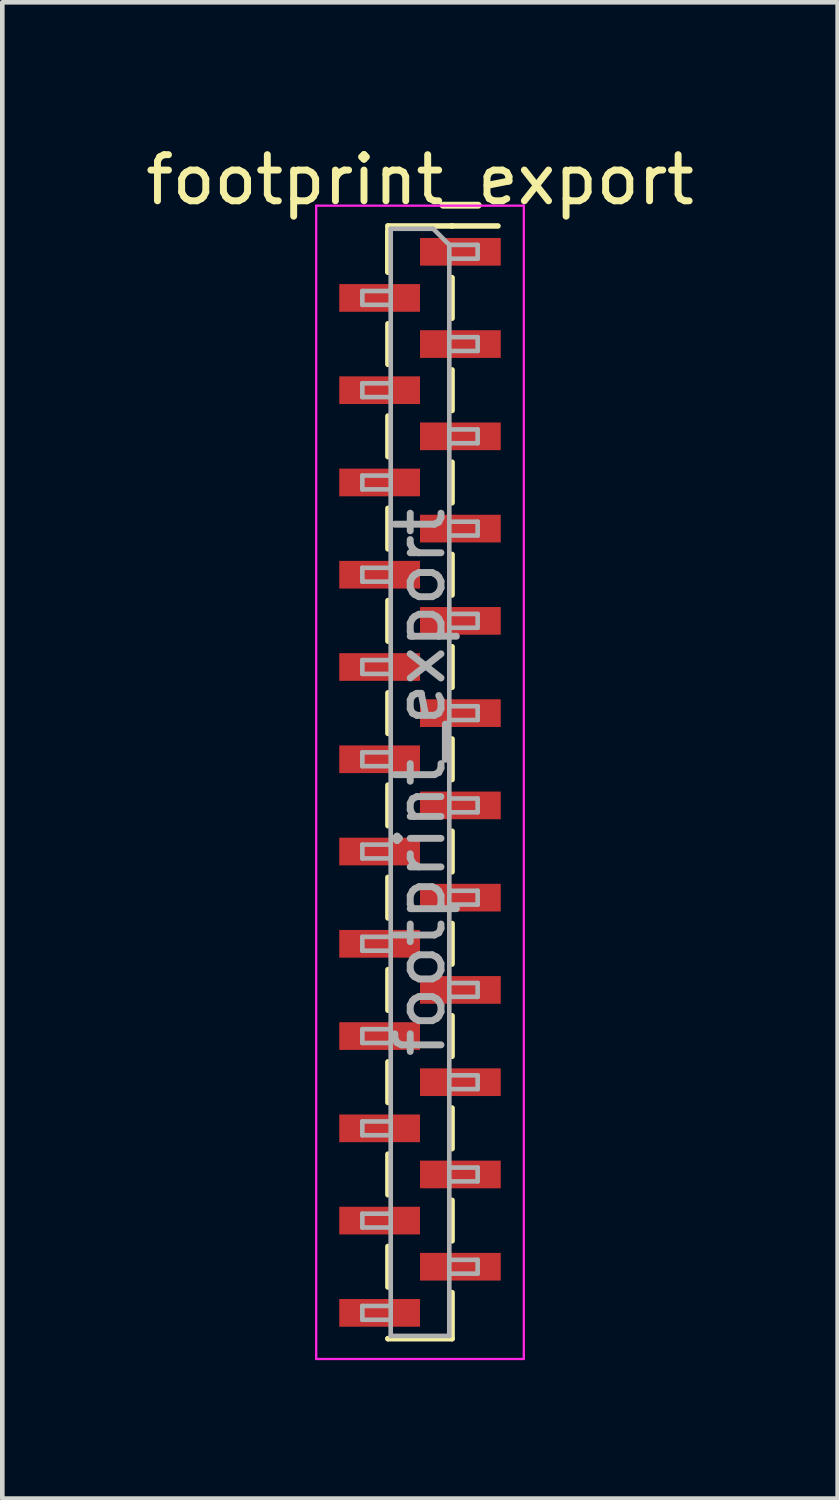
<source format=kicad_pcb>
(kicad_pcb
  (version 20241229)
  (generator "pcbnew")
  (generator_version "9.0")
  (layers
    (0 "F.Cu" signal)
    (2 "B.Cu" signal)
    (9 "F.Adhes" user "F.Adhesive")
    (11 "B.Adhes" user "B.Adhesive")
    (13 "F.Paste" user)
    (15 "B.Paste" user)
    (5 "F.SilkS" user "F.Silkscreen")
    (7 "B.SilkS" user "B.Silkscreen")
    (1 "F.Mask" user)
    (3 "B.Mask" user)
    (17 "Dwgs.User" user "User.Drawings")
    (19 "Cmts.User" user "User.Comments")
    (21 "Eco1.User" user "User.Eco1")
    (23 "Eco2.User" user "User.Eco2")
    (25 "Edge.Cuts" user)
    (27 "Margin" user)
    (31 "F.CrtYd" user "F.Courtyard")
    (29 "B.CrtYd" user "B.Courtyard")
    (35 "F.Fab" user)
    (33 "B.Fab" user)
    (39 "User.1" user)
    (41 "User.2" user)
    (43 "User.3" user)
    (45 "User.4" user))
  (footprint "footprint_export"
    (layer "F.Cu")
    (at 6.054 13.908)
    (property "Reference" "footprint_export" (at 0 -13.06 0) (layer "F.SilkS") (effects (font (size 1 1) (thickness 0.15))))
    (attr smd)
    (fp_line (start -0.695 -12.06) (end -0.695 -11.06) (stroke (width 0.12) (type solid)) (layer "F.SilkS"))
    (fp_line (start -0.695 -12.06) (end 0.695 -12.06) (stroke (width 0.12) (type solid)) (layer "F.SilkS"))
    (fp_line (start -0.695 -11.94) (end -0.695 -11.06) (stroke (width 0.12) (type solid)) (layer "F.SilkS"))
    (fp_line (start -0.695 -9.94) (end -0.695 -9.06) (stroke (width 0.12) (type solid)) (layer "F.SilkS"))
    (fp_line (start -0.695 -7.94) (end -0.695 -7.06) (stroke (width 0.12) (type solid)) (layer "F.SilkS"))
    (fp_line (start -0.695 -5.94) (end -0.695 -5.06) (stroke (width 0.12) (type solid)) (layer "F.SilkS"))
    (fp_line (start -0.695 -3.94) (end -0.695 -3.06) (stroke (width 0.12) (type solid)) (layer "F.SilkS"))
    (fp_line (start -0.695 -1.94) (end -0.695 -1.06) (stroke (width 0.12) (type solid)) (layer "F.SilkS"))
    (fp_line (start -0.695 0.06) (end -0.695 0.94) (stroke (width 0.12) (type solid)) (layer "F.SilkS"))
    (fp_line (start -0.695 2.06) (end -0.695 2.94) (stroke (width 0.12) (type solid)) (layer "F.SilkS"))
    (fp_line (start -0.695 4.06) (end -0.695 4.94) (stroke (width 0.12) (type solid)) (layer "F.SilkS"))
    (fp_line (start -0.695 6.06) (end -0.695 6.94) (stroke (width 0.12) (type solid)) (layer "F.SilkS"))
    (fp_line (start -0.695 8.06) (end -0.695 8.94) (stroke (width 0.12) (type solid)) (layer "F.SilkS"))
    (fp_line (start -0.695 10.06) (end -0.695 10.94) (stroke (width 0.12) (type solid)) (layer "F.SilkS"))
    (fp_line (start -0.695 12.06) (end -0.695 12.06) (stroke (width 0.12) (type solid)) (layer "F.SilkS"))
    (fp_line (start -0.695 12.06) (end 0.695 12.06) (stroke (width 0.12) (type solid)) (layer "F.SilkS"))
    (fp_line (start 0.695 -12.06) (end 0.695 -12.06) (stroke (width 0.12) (type solid)) (layer "F.SilkS"))
    (fp_line (start 0.695 -12.06) (end 1.69 -12.06) (stroke (width 0.12) (type solid)) (layer "F.SilkS"))
    (fp_line (start 0.695 -10.94) (end 0.695 -10.06) (stroke (width 0.12) (type solid)) (layer "F.SilkS"))
    (fp_line (start 0.695 -8.94) (end 0.695 -8.06) (stroke (width 0.12) (type solid)) (layer "F.SilkS"))
    (fp_line (start 0.695 -6.94) (end 0.695 -6.06) (stroke (width 0.12) (type solid)) (layer "F.SilkS"))
    (fp_line (start 0.695 -4.94) (end 0.695 -4.06) (stroke (width 0.12) (type solid)) (layer "F.SilkS"))
    (fp_line (start 0.695 -2.94) (end 0.695 -2.06) (stroke (width 0.12) (type solid)) (layer "F.SilkS"))
    (fp_line (start 0.695 -0.94) (end 0.695 -0.06) (stroke (width 0.12) (type solid)) (layer "F.SilkS"))
    (fp_line (start 0.695 1.06) (end 0.695 1.94) (stroke (width 0.12) (type solid)) (layer "F.SilkS"))
    (fp_line (start 0.695 3.06) (end 0.695 3.94) (stroke (width 0.12) (type solid)) (layer "F.SilkS"))
    (fp_line (start 0.695 5.06) (end 0.695 5.94) (stroke (width 0.12) (type solid)) (layer "F.SilkS"))
    (fp_line (start 0.695 7.06) (end 0.695 7.94) (stroke (width 0.12) (type solid)) (layer "F.SilkS"))
    (fp_line (start 0.695 9.06) (end 0.695 9.94) (stroke (width 0.12) (type solid)) (layer "F.SilkS"))
    (fp_line (start 0.695 11.06) (end 0.695 12.06) (stroke (width 0.12) (type solid)) (layer "F.SilkS"))
    (fp_line (start -2.25 -12.5) (end -2.25 12.5) (stroke (width 0.05) (type solid)) (layer "F.CrtYd"))
    (fp_line (start -2.25 12.5) (end 2.25 12.5) (stroke (width 0.05) (type solid)) (layer "F.CrtYd"))
    (fp_line (start 2.25 -12.5) (end -2.25 -12.5) (stroke (width 0.05) (type solid)) (layer "F.CrtYd"))
    (fp_line (start 2.25 12.5) (end 2.25 -12.5) (stroke (width 0.05) (type solid)) (layer "F.CrtYd"))
    (fp_line (start -1.25 -10.65) (end -1.25 -10.35) (stroke (width 0.1) (type solid)) (layer "F.Fab"))
    (fp_line (start -1.25 -10.35) (end -0.635 -10.35) (stroke (width 0.1) (type solid)) (layer "F.Fab"))
    (fp_line (start -1.25 -8.65) (end -1.25 -8.35) (stroke (width 0.1) (type solid)) (layer "F.Fab"))
    (fp_line (start -1.25 -8.35) (end -0.635 -8.35) (stroke (width 0.1) (type solid)) (layer "F.Fab"))
    (fp_line (start -1.25 -6.65) (end -1.25 -6.35) (stroke (width 0.1) (type solid)) (layer "F.Fab"))
    (fp_line (start -1.25 -6.35) (end -0.635 -6.35) (stroke (width 0.1) (type solid)) (layer "F.Fab"))
    (fp_line (start -1.25 -4.65) (end -1.25 -4.35) (stroke (width 0.1) (type solid)) (layer "F.Fab"))
    (fp_line (start -1.25 -4.35) (end -0.635 -4.35) (stroke (width 0.1) (type solid)) (layer "F.Fab"))
    (fp_line (start -1.25 -2.65) (end -1.25 -2.35) (stroke (width 0.1) (type solid)) (layer "F.Fab"))
    (fp_line (start -1.25 -2.35) (end -0.635 -2.35) (stroke (width 0.1) (type solid)) (layer "F.Fab"))
    (fp_line (start -1.25 -0.65) (end -1.25 -0.35) (stroke (width 0.1) (type solid)) (layer "F.Fab"))
    (fp_line (start -1.25 -0.35) (end -0.635 -0.35) (stroke (width 0.1) (type solid)) (layer "F.Fab"))
    (fp_line (start -1.25 1.35) (end -1.25 1.65) (stroke (width 0.1) (type solid)) (layer "F.Fab"))
    (fp_line (start -1.25 1.65) (end -0.635 1.65) (stroke (width 0.1) (type solid)) (layer "F.Fab"))
    (fp_line (start -1.25 3.35) (end -1.25 3.65) (stroke (width 0.1) (type solid)) (layer "F.Fab"))
    (fp_line (start -1.25 3.65) (end -0.635 3.65) (stroke (width 0.1) (type solid)) (layer "F.Fab"))
    (fp_line (start -1.25 5.35) (end -1.25 5.65) (stroke (width 0.1) (type solid)) (layer "F.Fab"))
    (fp_line (start -1.25 5.65) (end -0.635 5.65) (stroke (width 0.1) (type solid)) (layer "F.Fab"))
    (fp_line (start -1.25 7.35) (end -1.25 7.65) (stroke (width 0.1) (type solid)) (layer "F.Fab"))
    (fp_line (start -1.25 7.65) (end -0.635 7.65) (stroke (width 0.1) (type solid)) (layer "F.Fab"))
    (fp_line (start -1.25 9.35) (end -1.25 9.65) (stroke (width 0.1) (type solid)) (layer "F.Fab"))
    (fp_line (start -1.25 9.65) (end -0.635 9.65) (stroke (width 0.1) (type solid)) (layer "F.Fab"))
    (fp_line (start -1.25 11.35) (end -1.25 11.65) (stroke (width 0.1) (type solid)) (layer "F.Fab"))
    (fp_line (start -1.25 11.65) (end -0.635 11.65) (stroke (width 0.1) (type solid)) (layer "F.Fab"))
    (fp_line (start -0.635 -12) (end -0.635 12) (stroke (width 0.1) (type solid)) (layer "F.Fab"))
    (fp_line (start -0.635 -12) (end 0.285 -12) (stroke (width 0.1) (type solid)) (layer "F.Fab"))
    (fp_line (start -0.635 -10.65) (end -1.25 -10.65) (stroke (width 0.1) (type solid)) (layer "F.Fab"))
    (fp_line (start -0.635 -8.65) (end -1.25 -8.65) (stroke (width 0.1) (type solid)) (layer "F.Fab"))
    (fp_line (start -0.635 -6.65) (end -1.25 -6.65) (stroke (width 0.1) (type solid)) (layer "F.Fab"))
    (fp_line (start -0.635 -4.65) (end -1.25 -4.65) (stroke (width 0.1) (type solid)) (layer "F.Fab"))
    (fp_line (start -0.635 -2.65) (end -1.25 -2.65) (stroke (width 0.1) (type solid)) (layer "F.Fab"))
    (fp_line (start -0.635 -0.65) (end -1.25 -0.65) (stroke (width 0.1) (type solid)) (layer "F.Fab"))
    (fp_line (start -0.635 1.35) (end -1.25 1.35) (stroke (width 0.1) (type solid)) (layer "F.Fab"))
    (fp_line (start -0.635 3.35) (end -1.25 3.35) (stroke (width 0.1) (type solid)) (layer "F.Fab"))
    (fp_line (start -0.635 5.35) (end -1.25 5.35) (stroke (width 0.1) (type solid)) (layer "F.Fab"))
    (fp_line (start -0.635 7.35) (end -1.25 7.35) (stroke (width 0.1) (type solid)) (layer "F.Fab"))
    (fp_line (start -0.635 9.35) (end -1.25 9.35) (stroke (width 0.1) (type solid)) (layer "F.Fab"))
    (fp_line (start -0.635 11.35) (end -1.25 11.35) (stroke (width 0.1) (type solid)) (layer "F.Fab"))
    (fp_line (start 0.635 -11.65) (end 0.285 -12) (stroke (width 0.1) (type solid)) (layer "F.Fab"))
    (fp_line (start 0.635 -11.65) (end 1.25 -11.65) (stroke (width 0.1) (type solid)) (layer "F.Fab"))
    (fp_line (start 0.635 -9.65) (end 1.25 -9.65) (stroke (width 0.1) (type solid)) (layer "F.Fab"))
    (fp_line (start 0.635 -7.65) (end 1.25 -7.65) (stroke (width 0.1) (type solid)) (layer "F.Fab"))
    (fp_line (start 0.635 -5.65) (end 1.25 -5.65) (stroke (width 0.1) (type solid)) (layer "F.Fab"))
    (fp_line (start 0.635 -3.65) (end 1.25 -3.65) (stroke (width 0.1) (type solid)) (layer "F.Fab"))
    (fp_line (start 0.635 -1.65) (end 1.25 -1.65) (stroke (width 0.1) (type solid)) (layer "F.Fab"))
    (fp_line (start 0.635 0.35) (end 1.25 0.35) (stroke (width 0.1) (type solid)) (layer "F.Fab"))
    (fp_line (start 0.635 2.35) (end 1.25 2.35) (stroke (width 0.1) (type solid)) (layer "F.Fab"))
    (fp_line (start 0.635 4.35) (end 1.25 4.35) (stroke (width 0.1) (type solid)) (layer "F.Fab"))
    (fp_line (start 0.635 6.35) (end 1.25 6.35) (stroke (width 0.1) (type solid)) (layer "F.Fab"))
    (fp_line (start 0.635 8.35) (end 1.25 8.35) (stroke (width 0.1) (type solid)) (layer "F.Fab"))
    (fp_line (start 0.635 10.35) (end 1.25 10.35) (stroke (width 0.1) (type solid)) (layer "F.Fab"))
    (fp_line (start 0.635 12) (end -0.635 12) (stroke (width 0.1) (type solid)) (layer "F.Fab"))
    (fp_line (start 0.635 12) (end 0.635 -11.65) (stroke (width 0.1) (type solid)) (layer "F.Fab"))
    (fp_line (start 1.25 -11.65) (end 1.25 -11.35) (stroke (width 0.1) (type solid)) (layer "F.Fab"))
    (fp_line (start 1.25 -11.35) (end 0.635 -11.35) (stroke (width 0.1) (type solid)) (layer "F.Fab"))
    (fp_line (start 1.25 -9.65) (end 1.25 -9.35) (stroke (width 0.1) (type solid)) (layer "F.Fab"))
    (fp_line (start 1.25 -9.35) (end 0.635 -9.35) (stroke (width 0.1) (type solid)) (layer "F.Fab"))
    (fp_line (start 1.25 -7.65) (end 1.25 -7.35) (stroke (width 0.1) (type solid)) (layer "F.Fab"))
    (fp_line (start 1.25 -7.35) (end 0.635 -7.35) (stroke (width 0.1) (type solid)) (layer "F.Fab"))
    (fp_line (start 1.25 -5.65) (end 1.25 -5.35) (stroke (width 0.1) (type solid)) (layer "F.Fab"))
    (fp_line (start 1.25 -5.35) (end 0.635 -5.35) (stroke (width 0.1) (type solid)) (layer "F.Fab"))
    (fp_line (start 1.25 -3.65) (end 1.25 -3.35) (stroke (width 0.1) (type solid)) (layer "F.Fab"))
    (fp_line (start 1.25 -3.35) (end 0.635 -3.35) (stroke (width 0.1) (type solid)) (layer "F.Fab"))
    (fp_line (start 1.25 -1.65) (end 1.25 -1.35) (stroke (width 0.1) (type solid)) (layer "F.Fab"))
    (fp_line (start 1.25 -1.35) (end 0.635 -1.35) (stroke (width 0.1) (type solid)) (layer "F.Fab"))
    (fp_line (start 1.25 0.35) (end 1.25 0.65) (stroke (width 0.1) (type solid)) (layer "F.Fab"))
    (fp_line (start 1.25 0.65) (end 0.635 0.65) (stroke (width 0.1) (type solid)) (layer "F.Fab"))
    (fp_line (start 1.25 2.35) (end 1.25 2.65) (stroke (width 0.1) (type solid)) (layer "F.Fab"))
    (fp_line (start 1.25 2.65) (end 0.635 2.65) (stroke (width 0.1) (type solid)) (layer "F.Fab"))
    (fp_line (start 1.25 4.35) (end 1.25 4.65) (stroke (width 0.1) (type solid)) (layer "F.Fab"))
    (fp_line (start 1.25 4.65) (end 0.635 4.65) (stroke (width 0.1) (type solid)) (layer "F.Fab"))
    (fp_line (start 1.25 6.35) (end 1.25 6.65) (stroke (width 0.1) (type solid)) (layer "F.Fab"))
    (fp_line (start 1.25 6.65) (end 0.635 6.65) (stroke (width 0.1) (type solid)) (layer "F.Fab"))
    (fp_line (start 1.25 8.35) (end 1.25 8.65) (stroke (width 0.1) (type solid)) (layer "F.Fab"))
    (fp_line (start 1.25 8.65) (end 0.635 8.65) (stroke (width 0.1) (type solid)) (layer "F.Fab"))
    (fp_line (start 1.25 10.35) (end 1.25 10.65) (stroke (width 0.1) (type solid)) (layer "F.Fab"))
    (fp_line (start 1.25 10.65) (end 0.635 10.65) (stroke (width 0.1) (type solid)) (layer "F.Fab"))
    (fp_text user "${REFERENCE}" (at 0 0 90) (layer "F.Fab") (effects (font (size 1 1) (thickness 0.15))))
    (pad "1" smd rect (at 0.875 -11.5) (size 1.75 0.6) (layers "F.Cu" "F.Mask" "F.Paste"))
    (pad "2" smd rect (at -0.875 -10.5) (size 1.75 0.6) (layers "F.Cu" "F.Mask" "F.Paste"))
    (pad "3" smd rect (at 0.875 -9.5) (size 1.75 0.6) (layers "F.Cu" "F.Mask" "F.Paste"))
    (pad "4" smd rect (at -0.875 -8.5) (size 1.75 0.6) (layers "F.Cu" "F.Mask" "F.Paste"))
    (pad "5" smd rect (at 0.875 -7.5) (size 1.75 0.6) (layers "F.Cu" "F.Mask" "F.Paste"))
    (pad "6" smd rect (at -0.875 -6.5) (size 1.75 0.6) (layers "F.Cu" "F.Mask" "F.Paste"))
    (pad "7" smd rect (at 0.875 -5.5) (size 1.75 0.6) (layers "F.Cu" "F.Mask" "F.Paste"))
    (pad "8" smd rect (at -0.875 -4.5) (size 1.75 0.6) (layers "F.Cu" "F.Mask" "F.Paste"))
    (pad "9" smd rect (at 0.875 -3.5) (size 1.75 0.6) (layers "F.Cu" "F.Mask" "F.Paste"))
    (pad "10" smd rect (at -0.875 -2.5) (size 1.75 0.6) (layers "F.Cu" "F.Mask" "F.Paste"))
    (pad "11" smd rect (at 0.875 -1.5) (size 1.75 0.6) (layers "F.Cu" "F.Mask" "F.Paste"))
    (pad "12" smd rect (at -0.875 -0.5) (size 1.75 0.6) (layers "F.Cu" "F.Mask" "F.Paste"))
    (pad "13" smd rect (at 0.875 0.5) (size 1.75 0.6) (layers "F.Cu" "F.Mask" "F.Paste"))
    (pad "14" smd rect (at -0.875 1.5) (size 1.75 0.6) (layers "F.Cu" "F.Mask" "F.Paste"))
    (pad "15" smd rect (at 0.875 2.5) (size 1.75 0.6) (layers "F.Cu" "F.Mask" "F.Paste"))
    (pad "16" smd rect (at -0.875 3.5) (size 1.75 0.6) (layers "F.Cu" "F.Mask" "F.Paste"))
    (pad "17" smd rect (at 0.875 4.5) (size 1.75 0.6) (layers "F.Cu" "F.Mask" "F.Paste"))
    (pad "18" smd rect (at -0.875 5.5) (size 1.75 0.6) (layers "F.Cu" "F.Mask" "F.Paste"))
    (pad "19" smd rect (at 0.875 6.5) (size 1.75 0.6) (layers "F.Cu" "F.Mask" "F.Paste"))
    (pad "20" smd rect (at -0.875 7.5) (size 1.75 0.6) (layers "F.Cu" "F.Mask" "F.Paste"))
    (pad "21" smd rect (at 0.875 8.5) (size 1.75 0.6) (layers "F.Cu" "F.Mask" "F.Paste"))
    (pad "22" smd rect (at -0.875 9.5) (size 1.75 0.6) (layers "F.Cu" "F.Mask" "F.Paste"))
    (pad "23" smd rect (at 0.875 10.5) (size 1.75 0.6) (layers "F.Cu" "F.Mask" "F.Paste"))
    (pad "24" smd rect (at -0.875 11.5) (size 1.75 0.6) (layers "F.Cu" "F.Mask" "F.Paste")))
  (gr_rect
    (start -3 -3)
    (end 15.107 29.433)
    (stroke (width 0.1) (type default))
    (fill no)
    (layer "Edge.Cuts")))
</source>
